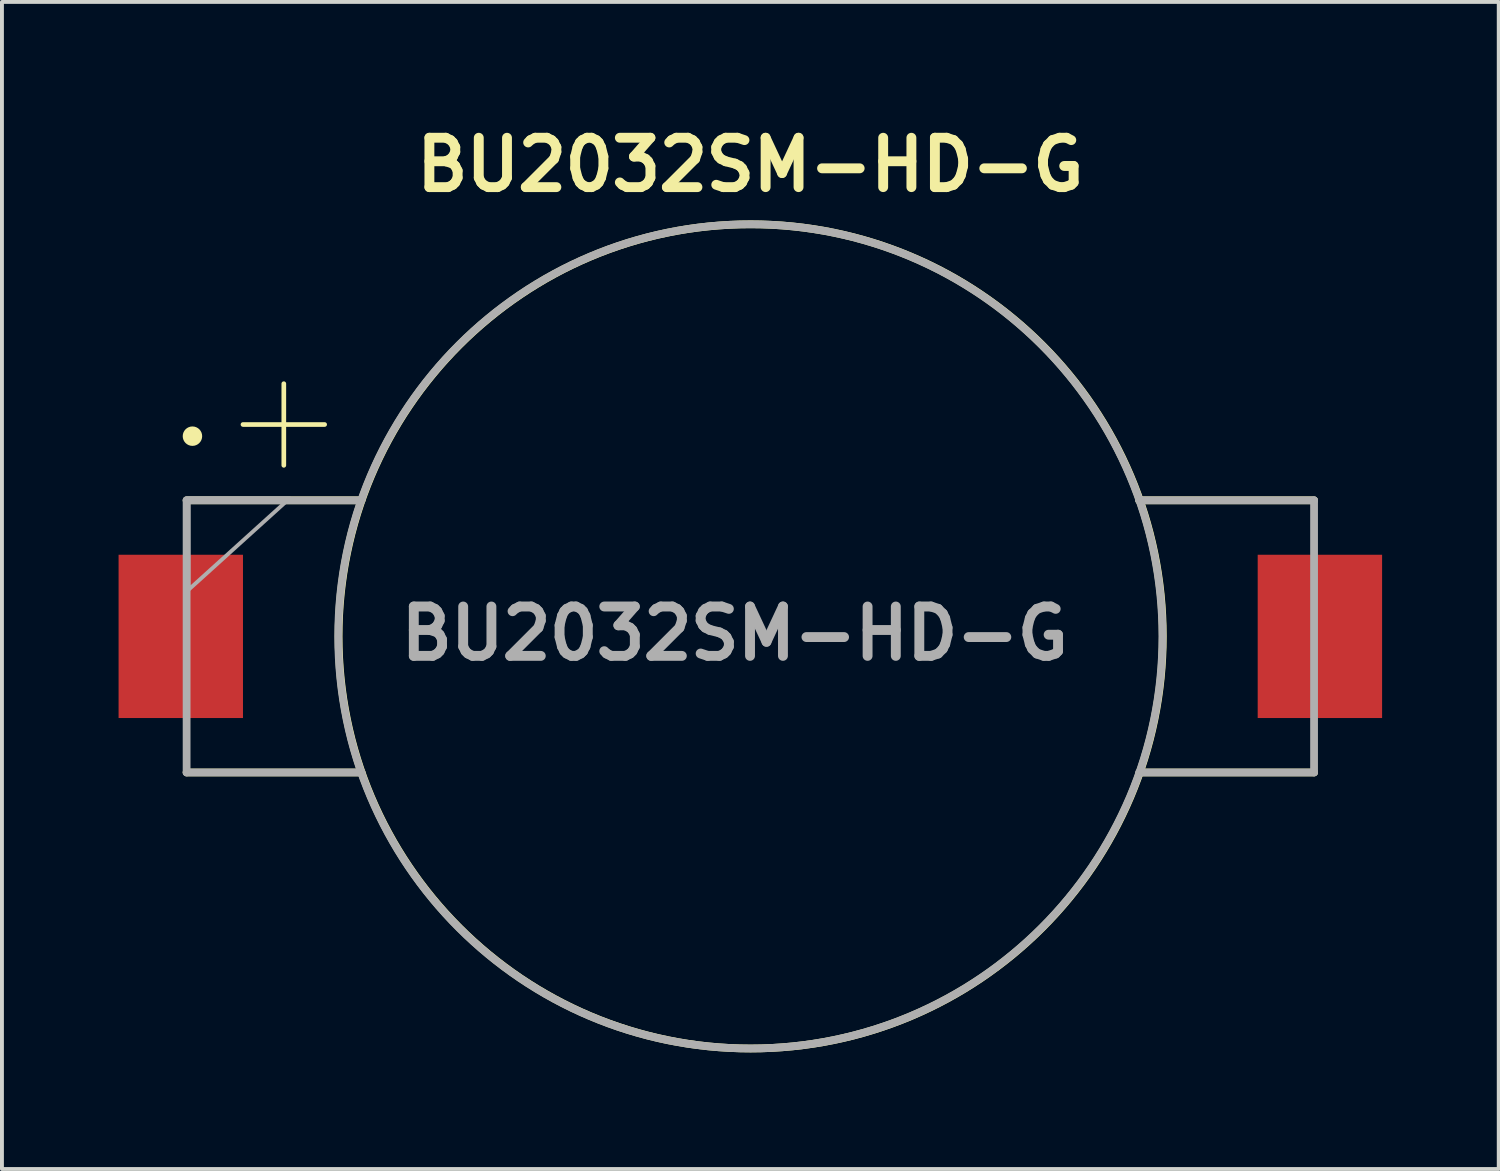
<source format=kicad_pcb>
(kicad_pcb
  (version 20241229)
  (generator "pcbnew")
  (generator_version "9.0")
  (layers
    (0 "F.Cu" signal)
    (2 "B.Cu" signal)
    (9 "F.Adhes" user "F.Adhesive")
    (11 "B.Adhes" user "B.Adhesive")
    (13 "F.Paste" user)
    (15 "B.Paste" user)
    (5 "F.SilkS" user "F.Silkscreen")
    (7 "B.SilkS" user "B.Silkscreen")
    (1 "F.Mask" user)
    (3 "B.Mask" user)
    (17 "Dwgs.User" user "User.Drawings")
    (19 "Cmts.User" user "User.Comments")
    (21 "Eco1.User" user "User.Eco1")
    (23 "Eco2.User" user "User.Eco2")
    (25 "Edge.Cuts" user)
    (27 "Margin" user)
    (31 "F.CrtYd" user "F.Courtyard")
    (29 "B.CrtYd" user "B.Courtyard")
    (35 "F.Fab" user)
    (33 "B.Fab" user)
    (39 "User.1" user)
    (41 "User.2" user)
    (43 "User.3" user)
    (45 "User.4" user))
  (footprint "BU2032SM-HD-G"
    (layer "F.Cu")
    (at 16.25 13.319)
    (property "Reference" "BU2032SM-HD-G" (at 0 -12.13 0) (layer "F.SilkS") (effects (font (size 1.27 1.27) (thickness 0.254))))
    (attr smd)
    (fp_line (start -13.05 -5.45) (end -10.95 -5.45) (stroke (width 0.12) (type solid)) (layer "F.SilkS"))
    (fp_line (start -12 -6.5) (end -12 -4.4) (stroke (width 0.12) (type solid)) (layer "F.SilkS"))
    (fp_line (start -10.005 -3.5) (end -14.5 -3.5) (stroke (width 0.2) (type solid)) (layer "F.SilkS"))
    (fp_line (start -10.005 3.5) (end -14.5 3.5) (stroke (width 0.2) (type solid)) (layer "F.SilkS"))
    (fp_line (start 10 -3.5) (end 14.5 -3.5) (stroke (width 0.2) (type solid)) (layer "F.SilkS"))
    (fp_line (start 10.014 3.5) (end 14.5 3.5) (stroke (width 0.2) (type solid)) (layer "F.SilkS"))
    (fp_circle (center -14.35 -5.15) (end -14.225 -5.15) (stroke (width 0.25) (type solid)) (fill no) (layer "F.SilkS"))
    (fp_circle (center 0.009 0) (end 0.009 10.6) (stroke (width 0.2) (type solid)) (fill no) (layer "F.SilkS"))
    (fp_line (start -14.5 -3.5) (end -14.5 3.5) (stroke (width 0.2) (type solid)) (layer "F.Fab"))
    (fp_line (start -14.5 3.5) (end -10 3.5) (stroke (width 0.2) (type solid)) (layer "F.Fab"))
    (fp_line (start -10 -3.5) (end -14.5 -3.5) (stroke (width 0.2) (type solid)) (layer "F.Fab"))
    (fp_line (start 10 -3.5) (end 14.5 -3.5) (stroke (width 0.2) (type solid)) (layer "F.Fab"))
    (fp_line (start 14.5 -3.5) (end 14.5 3.5) (stroke (width 0.2) (type solid)) (layer "F.Fab"))
    (fp_line (start 14.5 3.5) (end 10 3.5) (stroke (width 0.2) (type solid)) (layer "F.Fab"))
    (fp_circle (center 0 0) (end 0 10.6) (stroke (width 0.2) (type solid)) (fill no) (layer "F.Fab"))
    (fp_poly (pts (xy -14.45 -1.2) (xy -14.45 -3.55) (xy -11.85 -3.55)) (stroke (width 0.1) (type solid)) (fill no) (layer "F.Fab"))
    (fp_text user "${REFERENCE}" (at -0.401 -0.073 0) (layer "F.Fab") (effects (font (size 1.27 1.27) (thickness 0.254))))
    (pad "1" smd rect (at -14.65 0) (size 3.2 4.2) (layers "F.Cu" "F.Mask" "F.Paste"))
    (pad "2" smd rect (at 14.65 0) (size 3.2 4.2) (layers "F.Cu" "F.Mask" "F.Paste")))
  (gr_rect
    (start -3 -3)
    (end 35.5 27.019)
    (stroke (width 0.1) (type default))
    (fill no)
    (layer "Edge.Cuts")))
</source>
